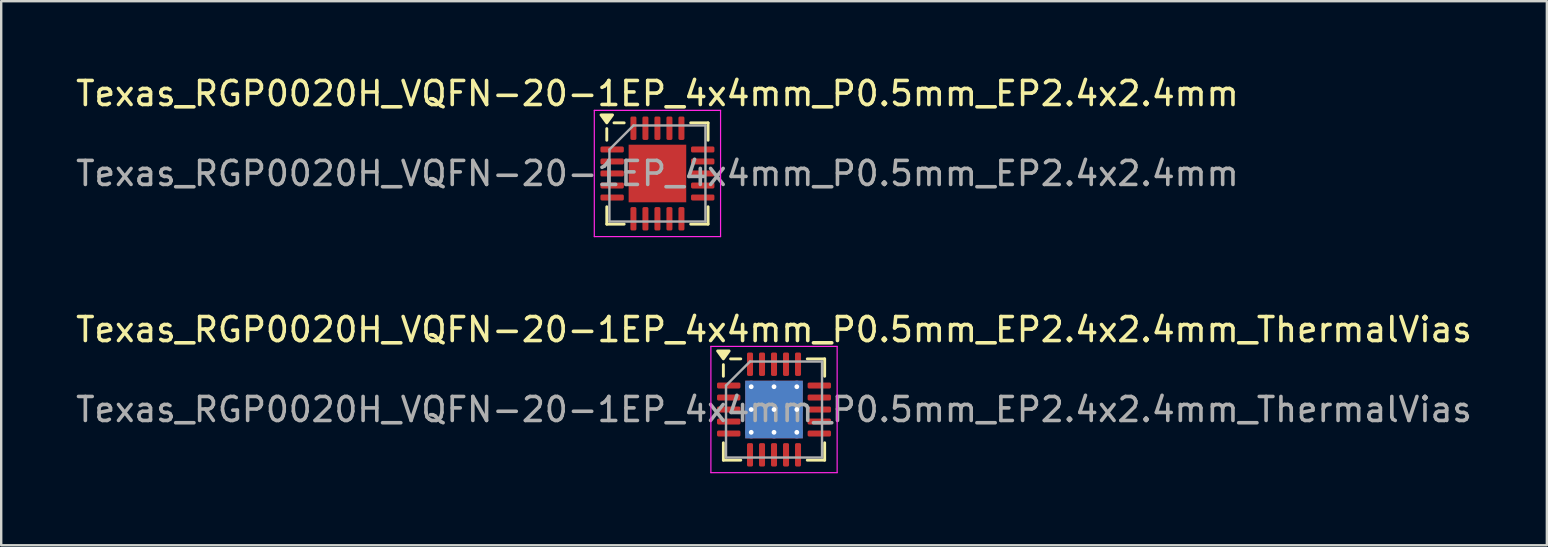
<source format=kicad_pcb>
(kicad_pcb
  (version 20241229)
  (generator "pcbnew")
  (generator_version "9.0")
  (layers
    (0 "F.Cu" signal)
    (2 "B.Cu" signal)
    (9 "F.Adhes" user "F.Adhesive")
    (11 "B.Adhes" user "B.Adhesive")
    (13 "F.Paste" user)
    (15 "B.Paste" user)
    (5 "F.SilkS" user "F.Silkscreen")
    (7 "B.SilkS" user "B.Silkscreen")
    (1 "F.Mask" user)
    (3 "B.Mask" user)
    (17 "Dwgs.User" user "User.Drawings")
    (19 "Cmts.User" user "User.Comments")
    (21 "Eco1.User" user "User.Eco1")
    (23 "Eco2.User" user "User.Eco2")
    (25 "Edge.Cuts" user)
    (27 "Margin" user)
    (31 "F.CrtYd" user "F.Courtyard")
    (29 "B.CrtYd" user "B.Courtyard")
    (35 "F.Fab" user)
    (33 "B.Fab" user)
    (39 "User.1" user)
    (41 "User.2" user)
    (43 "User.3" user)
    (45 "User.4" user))
  (footprint "Texas_RGP0020H_VQFN-20-1EP_4x4mm_P0.5mm_EP2.4x2.4mm_ThermalVias"
    (layer "F.Cu")
    (at 29.196 14.011)
    (property "Reference" "Texas_RGP0020H_VQFN-20-1EP_4x4mm_P0.5mm_EP2.4x2.4mm_ThermalVias" (at 0 -3.33 0) (layer "F.SilkS") (effects (font (size 1 1) (thickness 0.15))))
    (attr smd)
    (fp_line (start -2.11 -1.385) (end -2.11 -1.87) (stroke (width 0.12) (type solid)) (layer "F.SilkS"))
    (fp_line (start -2.11 2.11) (end -2.11 1.385) (stroke (width 0.12) (type solid)) (layer "F.SilkS"))
    (fp_line (start -1.385 -2.11) (end -1.81 -2.11) (stroke (width 0.12) (type solid)) (layer "F.SilkS"))
    (fp_line (start -1.385 2.11) (end -2.11 2.11) (stroke (width 0.12) (type solid)) (layer "F.SilkS"))
    (fp_line (start 1.385 -2.11) (end 2.11 -2.11) (stroke (width 0.12) (type solid)) (layer "F.SilkS"))
    (fp_line (start 1.385 2.11) (end 2.11 2.11) (stroke (width 0.12) (type solid)) (layer "F.SilkS"))
    (fp_line (start 2.11 -2.11) (end 2.11 -1.385) (stroke (width 0.12) (type solid)) (layer "F.SilkS"))
    (fp_line (start 2.11 2.11) (end 2.11 1.385) (stroke (width 0.12) (type solid)) (layer "F.SilkS"))
    (fp_poly (pts (xy -2.11 -2.11) (xy -2.35 -2.44) (xy -1.87 -2.44) (xy -2.11 -2.11)) (stroke (width 0.12) (type solid)) (fill yes) (layer "F.SilkS"))
    (fp_line (start -2.63 -2.63) (end -2.63 2.63) (stroke (width 0.05) (type solid)) (layer "F.CrtYd"))
    (fp_line (start -2.63 2.63) (end 2.63 2.63) (stroke (width 0.05) (type solid)) (layer "F.CrtYd"))
    (fp_line (start 2.63 -2.63) (end -2.63 -2.63) (stroke (width 0.05) (type solid)) (layer "F.CrtYd"))
    (fp_line (start 2.63 2.63) (end 2.63 -2.63) (stroke (width 0.05) (type solid)) (layer "F.CrtYd"))
    (fp_line (start -2 -1) (end -1 -2) (stroke (width 0.1) (type solid)) (layer "F.Fab"))
    (fp_line (start -2 2) (end -2 -1) (stroke (width 0.1) (type solid)) (layer "F.Fab"))
    (fp_line (start -1 -2) (end 2 -2) (stroke (width 0.1) (type solid)) (layer "F.Fab"))
    (fp_line (start 2 -2) (end 2 2) (stroke (width 0.1) (type solid)) (layer "F.Fab"))
    (fp_line (start 2 2) (end -2 2) (stroke (width 0.1) (type solid)) (layer "F.Fab"))
    (fp_text user "${REFERENCE}" (at 0 0 0) (layer "F.Fab") (effects (font (size 1 1) (thickness 0.15))))
    (pad "" smd custom (at -0.475 -0.475) (size 0.72 0.72) (layers "F.Paste") (options (anchor circle)) (primitives (gr_poly (pts (xy -0.296 -0.19) (xy -0.19 -0.296) (xy 0.19 -0.296) (xy 0.296 -0.19) (xy 0.296 0.19) (xy 0.19 0.296) (xy -0.19 0.296) (xy -0.296 0.19)) (width 0.256) (fill yes))))
    (pad "" smd custom (at -0.475 0.475) (size 0.72 0.72) (layers "F.Paste") (options (anchor circle)) (primitives (gr_poly (pts (xy -0.296 -0.19) (xy -0.19 -0.296) (xy 0.19 -0.296) (xy 0.296 -0.19) (xy 0.296 0.19) (xy 0.19 0.296) (xy -0.19 0.296) (xy -0.296 0.19)) (width 0.256) (fill yes))))
    (pad "" smd custom (at 0.475 -0.475) (size 0.72 0.72) (layers "F.Paste") (options (anchor circle)) (primitives (gr_poly (pts (xy -0.296 -0.19) (xy -0.19 -0.296) (xy 0.19 -0.296) (xy 0.296 -0.19) (xy 0.296 0.19) (xy 0.19 0.296) (xy -0.19 0.296) (xy -0.296 0.19)) (width 0.256) (fill yes))))
    (pad "" smd custom (at 0.475 0.475) (size 0.72 0.72) (layers "F.Paste") (options (anchor circle)) (primitives (gr_poly (pts (xy -0.296 -0.19) (xy -0.19 -0.296) (xy 0.19 -0.296) (xy 0.296 -0.19) (xy 0.296 0.19) (xy 0.19 0.296) (xy -0.19 0.296) (xy -0.296 0.19)) (width 0.256) (fill yes))))
    (pad "1" smd roundrect (at -1.887 -1) (size 0.975 0.25) (layers "F.Cu" "F.Mask" "F.Paste") (roundrect_rratio 0.25))
    (pad "2" smd roundrect (at -1.887 -0.5) (size 0.975 0.25) (layers "F.Cu" "F.Mask" "F.Paste") (roundrect_rratio 0.25))
    (pad "3" smd roundrect (at -1.887 0) (size 0.975 0.25) (layers "F.Cu" "F.Mask" "F.Paste") (roundrect_rratio 0.25))
    (pad "4" smd roundrect (at -1.887 0.5) (size 0.975 0.25) (layers "F.Cu" "F.Mask" "F.Paste") (roundrect_rratio 0.25))
    (pad "5" smd roundrect (at -1.887 1) (size 0.975 0.25) (layers "F.Cu" "F.Mask" "F.Paste") (roundrect_rratio 0.25))
    (pad "6" smd roundrect (at -1 1.887) (size 0.25 0.975) (layers "F.Cu" "F.Mask" "F.Paste") (roundrect_rratio 0.25))
    (pad "7" smd roundrect (at -0.5 1.887) (size 0.25 0.975) (layers "F.Cu" "F.Mask" "F.Paste") (roundrect_rratio 0.25))
    (pad "8" smd roundrect (at 0 1.887) (size 0.25 0.975) (layers "F.Cu" "F.Mask" "F.Paste") (roundrect_rratio 0.25))
    (pad "9" smd roundrect (at 0.5 1.887) (size 0.25 0.975) (layers "F.Cu" "F.Mask" "F.Paste") (roundrect_rratio 0.25))
    (pad "10" smd roundrect (at 1 1.887) (size 0.25 0.975) (layers "F.Cu" "F.Mask" "F.Paste") (roundrect_rratio 0.25))
    (pad "11" smd roundrect (at 1.887 1) (size 0.975 0.25) (layers "F.Cu" "F.Mask" "F.Paste") (roundrect_rratio 0.25))
    (pad "12" smd roundrect (at 1.887 0.5) (size 0.975 0.25) (layers "F.Cu" "F.Mask" "F.Paste") (roundrect_rratio 0.25))
    (pad "13" smd roundrect (at 1.887 0) (size 0.975 0.25) (layers "F.Cu" "F.Mask" "F.Paste") (roundrect_rratio 0.25))
    (pad "14" smd roundrect (at 1.887 -0.5) (size 0.975 0.25) (layers "F.Cu" "F.Mask" "F.Paste") (roundrect_rratio 0.25))
    (pad "15" smd roundrect (at 1.887 -1) (size 0.975 0.25) (layers "F.Cu" "F.Mask" "F.Paste") (roundrect_rratio 0.25))
    (pad "16" smd roundrect (at 1 -1.887) (size 0.25 0.975) (layers "F.Cu" "F.Mask" "F.Paste") (roundrect_rratio 0.25))
    (pad "17" smd roundrect (at 0.5 -1.887) (size 0.25 0.975) (layers "F.Cu" "F.Mask" "F.Paste") (roundrect_rratio 0.25))
    (pad "18" smd roundrect (at 0 -1.887) (size 0.25 0.975) (layers "F.Cu" "F.Mask" "F.Paste") (roundrect_rratio 0.25))
    (pad "19" smd roundrect (at -0.5 -1.887) (size 0.25 0.975) (layers "F.Cu" "F.Mask" "F.Paste") (roundrect_rratio 0.25))
    (pad "20" smd roundrect (at -1 -1.887) (size 0.25 0.975) (layers "F.Cu" "F.Mask" "F.Paste") (roundrect_rratio 0.25))
    (pad "21" thru_hole circle (at -0.95 -0.95) (size 0.5 0.5) (drill 0.2) (property pad_prop_heatsink) (layers "*.Cu"))
    (pad "21" thru_hole circle (at -0.95 0) (size 0.5 0.5) (drill 0.2) (property pad_prop_heatsink) (layers "*.Cu"))
    (pad "21" thru_hole circle (at -0.95 0.95) (size 0.5 0.5) (drill 0.2) (property pad_prop_heatsink) (layers "*.Cu"))
    (pad "21" thru_hole circle (at 0 -0.95) (size 0.5 0.5) (drill 0.2) (property pad_prop_heatsink) (layers "*.Cu"))
    (pad "21" thru_hole circle (at 0 0) (size 0.5 0.5) (drill 0.2) (property pad_prop_heatsink) (layers "*.Cu"))
    (pad "21" smd rect (at 0 0) (size 2.4 2.4) (property pad_prop_heatsink) (layers "F.Cu" "F.Mask"))
    (pad "21" smd rect (at 0 0) (size 2.4 2.4) (property pad_prop_heatsink) (layers "B.Cu"))
    (pad "21" thru_hole circle (at 0 0.95) (size 0.5 0.5) (drill 0.2) (property pad_prop_heatsink) (layers "*.Cu"))
    (pad "21" thru_hole circle (at 0.95 -0.95) (size 0.5 0.5) (drill 0.2) (property pad_prop_heatsink) (layers "*.Cu"))
    (pad "21" thru_hole circle (at 0.95 0) (size 0.5 0.5) (drill 0.2) (property pad_prop_heatsink) (layers "*.Cu"))
    (pad "21" thru_hole circle (at 0.95 0.95) (size 0.5 0.5) (drill 0.2) (property pad_prop_heatsink) (layers "*.Cu")))
  (footprint "Texas_RGP0020H_VQFN-20-1EP_4x4mm_P0.5mm_EP2.4x2.4mm"
    (layer "F.Cu")
    (at 24.339 4.178)
    (property "Reference" "Texas_RGP0020H_VQFN-20-1EP_4x4mm_P0.5mm_EP2.4x2.4mm" (at 0 -3.33 0) (layer "F.SilkS") (effects (font (size 1 1) (thickness 0.15))))
    (attr smd)
    (fp_line (start -2.11 -1.385) (end -2.11 -1.87) (stroke (width 0.12) (type solid)) (layer "F.SilkS"))
    (fp_line (start -2.11 2.11) (end -2.11 1.385) (stroke (width 0.12) (type solid)) (layer "F.SilkS"))
    (fp_line (start -1.385 -2.11) (end -1.81 -2.11) (stroke (width 0.12) (type solid)) (layer "F.SilkS"))
    (fp_line (start -1.385 2.11) (end -2.11 2.11) (stroke (width 0.12) (type solid)) (layer "F.SilkS"))
    (fp_line (start 1.385 -2.11) (end 2.11 -2.11) (stroke (width 0.12) (type solid)) (layer "F.SilkS"))
    (fp_line (start 1.385 2.11) (end 2.11 2.11) (stroke (width 0.12) (type solid)) (layer "F.SilkS"))
    (fp_line (start 2.11 -2.11) (end 2.11 -1.385) (stroke (width 0.12) (type solid)) (layer "F.SilkS"))
    (fp_line (start 2.11 2.11) (end 2.11 1.385) (stroke (width 0.12) (type solid)) (layer "F.SilkS"))
    (fp_poly (pts (xy -2.11 -2.11) (xy -2.35 -2.44) (xy -1.87 -2.44) (xy -2.11 -2.11)) (stroke (width 0.12) (type solid)) (fill yes) (layer "F.SilkS"))
    (fp_line (start -2.63 -2.63) (end -2.63 2.63) (stroke (width 0.05) (type solid)) (layer "F.CrtYd"))
    (fp_line (start -2.63 2.63) (end 2.63 2.63) (stroke (width 0.05) (type solid)) (layer "F.CrtYd"))
    (fp_line (start 2.63 -2.63) (end -2.63 -2.63) (stroke (width 0.05) (type solid)) (layer "F.CrtYd"))
    (fp_line (start 2.63 2.63) (end 2.63 -2.63) (stroke (width 0.05) (type solid)) (layer "F.CrtYd"))
    (fp_line (start -2 -1) (end -1 -2) (stroke (width 0.1) (type solid)) (layer "F.Fab"))
    (fp_line (start -2 2) (end -2 -1) (stroke (width 0.1) (type solid)) (layer "F.Fab"))
    (fp_line (start -1 -2) (end 2 -2) (stroke (width 0.1) (type solid)) (layer "F.Fab"))
    (fp_line (start 2 -2) (end 2 2) (stroke (width 0.1) (type solid)) (layer "F.Fab"))
    (fp_line (start 2 2) (end -2 2) (stroke (width 0.1) (type solid)) (layer "F.Fab"))
    (fp_text user "${REFERENCE}" (at 0 0 0) (layer "F.Fab") (effects (font (size 1 1) (thickness 0.15))))
    (pad "" smd roundrect (at -0.6 -0.6) (size 0.97 0.97) (layers "F.Paste") (roundrect_rratio 0.25))
    (pad "" smd roundrect (at -0.6 0.6) (size 0.97 0.97) (layers "F.Paste") (roundrect_rratio 0.25))
    (pad "" smd roundrect (at 0.6 -0.6) (size 0.97 0.97) (layers "F.Paste") (roundrect_rratio 0.25))
    (pad "" smd roundrect (at 0.6 0.6) (size 0.97 0.97) (layers "F.Paste") (roundrect_rratio 0.25))
    (pad "1" smd roundrect (at -1.887 -1) (size 0.975 0.25) (layers "F.Cu" "F.Mask" "F.Paste") (roundrect_rratio 0.25))
    (pad "2" smd roundrect (at -1.887 -0.5) (size 0.975 0.25) (layers "F.Cu" "F.Mask" "F.Paste") (roundrect_rratio 0.25))
    (pad "3" smd roundrect (at -1.887 0) (size 0.975 0.25) (layers "F.Cu" "F.Mask" "F.Paste") (roundrect_rratio 0.25))
    (pad "4" smd roundrect (at -1.887 0.5) (size 0.975 0.25) (layers "F.Cu" "F.Mask" "F.Paste") (roundrect_rratio 0.25))
    (pad "5" smd roundrect (at -1.887 1) (size 0.975 0.25) (layers "F.Cu" "F.Mask" "F.Paste") (roundrect_rratio 0.25))
    (pad "6" smd roundrect (at -1 1.887) (size 0.25 0.975) (layers "F.Cu" "F.Mask" "F.Paste") (roundrect_rratio 0.25))
    (pad "7" smd roundrect (at -0.5 1.887) (size 0.25 0.975) (layers "F.Cu" "F.Mask" "F.Paste") (roundrect_rratio 0.25))
    (pad "8" smd roundrect (at 0 1.887) (size 0.25 0.975) (layers "F.Cu" "F.Mask" "F.Paste") (roundrect_rratio 0.25))
    (pad "9" smd roundrect (at 0.5 1.887) (size 0.25 0.975) (layers "F.Cu" "F.Mask" "F.Paste") (roundrect_rratio 0.25))
    (pad "10" smd roundrect (at 1 1.887) (size 0.25 0.975) (layers "F.Cu" "F.Mask" "F.Paste") (roundrect_rratio 0.25))
    (pad "11" smd roundrect (at 1.887 1) (size 0.975 0.25) (layers "F.Cu" "F.Mask" "F.Paste") (roundrect_rratio 0.25))
    (pad "12" smd roundrect (at 1.887 0.5) (size 0.975 0.25) (layers "F.Cu" "F.Mask" "F.Paste") (roundrect_rratio 0.25))
    (pad "13" smd roundrect (at 1.887 0) (size 0.975 0.25) (layers "F.Cu" "F.Mask" "F.Paste") (roundrect_rratio 0.25))
    (pad "14" smd roundrect (at 1.887 -0.5) (size 0.975 0.25) (layers "F.Cu" "F.Mask" "F.Paste") (roundrect_rratio 0.25))
    (pad "15" smd roundrect (at 1.887 -1) (size 0.975 0.25) (layers "F.Cu" "F.Mask" "F.Paste") (roundrect_rratio 0.25))
    (pad "16" smd roundrect (at 1 -1.887) (size 0.25 0.975) (layers "F.Cu" "F.Mask" "F.Paste") (roundrect_rratio 0.25))
    (pad "17" smd roundrect (at 0.5 -1.887) (size 0.25 0.975) (layers "F.Cu" "F.Mask" "F.Paste") (roundrect_rratio 0.25))
    (pad "18" smd roundrect (at 0 -1.887) (size 0.25 0.975) (layers "F.Cu" "F.Mask" "F.Paste") (roundrect_rratio 0.25))
    (pad "19" smd roundrect (at -0.5 -1.887) (size 0.25 0.975) (layers "F.Cu" "F.Mask" "F.Paste") (roundrect_rratio 0.25))
    (pad "20" smd roundrect (at -1 -1.887) (size 0.25 0.975) (layers "F.Cu" "F.Mask" "F.Paste") (roundrect_rratio 0.25))
    (pad "21" smd rect (at 0 0) (size 2.4 2.4) (property pad_prop_heatsink) (layers "F.Cu" "F.Mask")))
  (gr_rect
    (start -3 -3)
    (end 61.393 19.666)
    (stroke (width 0.1) (type default))
    (fill no)
    (layer "Edge.Cuts")))
</source>
